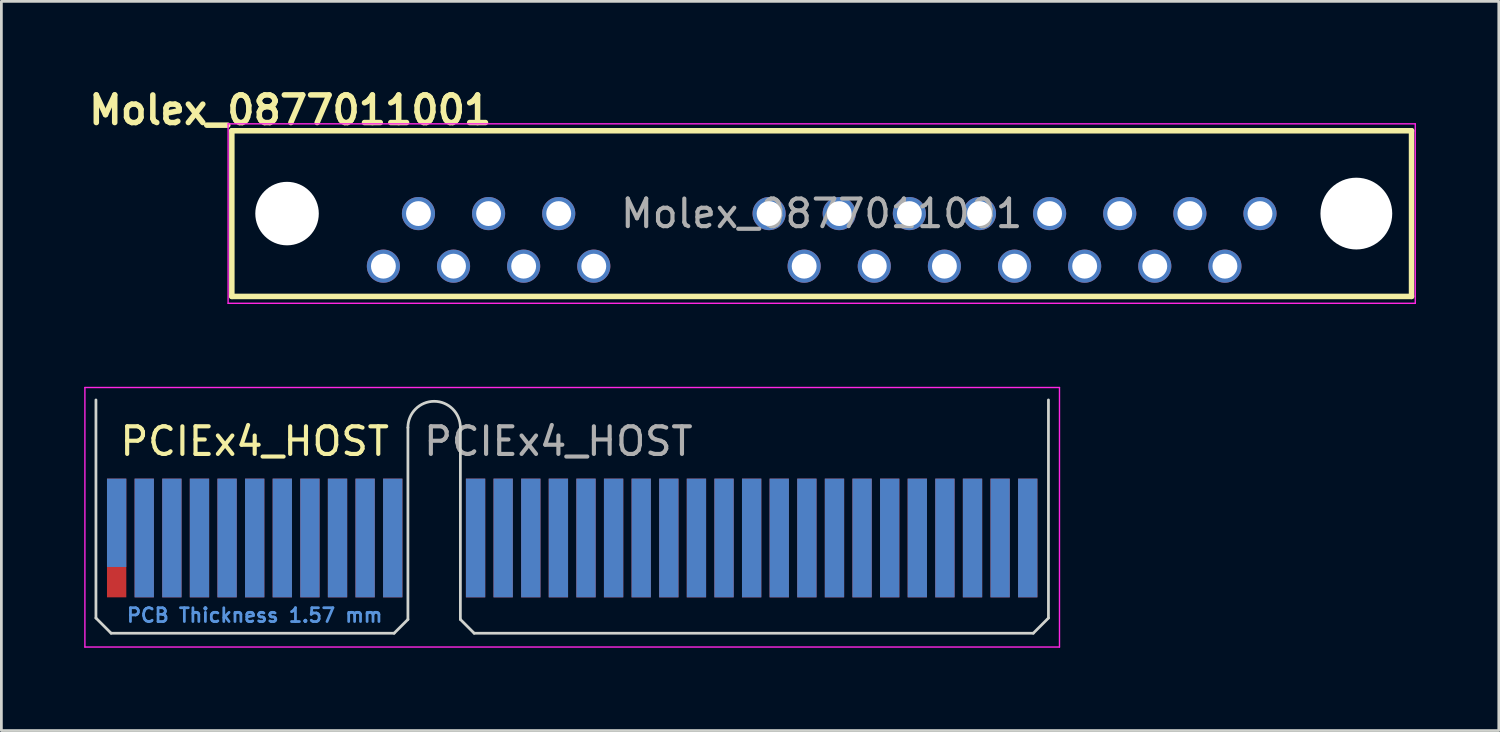
<source format=kicad_pcb>
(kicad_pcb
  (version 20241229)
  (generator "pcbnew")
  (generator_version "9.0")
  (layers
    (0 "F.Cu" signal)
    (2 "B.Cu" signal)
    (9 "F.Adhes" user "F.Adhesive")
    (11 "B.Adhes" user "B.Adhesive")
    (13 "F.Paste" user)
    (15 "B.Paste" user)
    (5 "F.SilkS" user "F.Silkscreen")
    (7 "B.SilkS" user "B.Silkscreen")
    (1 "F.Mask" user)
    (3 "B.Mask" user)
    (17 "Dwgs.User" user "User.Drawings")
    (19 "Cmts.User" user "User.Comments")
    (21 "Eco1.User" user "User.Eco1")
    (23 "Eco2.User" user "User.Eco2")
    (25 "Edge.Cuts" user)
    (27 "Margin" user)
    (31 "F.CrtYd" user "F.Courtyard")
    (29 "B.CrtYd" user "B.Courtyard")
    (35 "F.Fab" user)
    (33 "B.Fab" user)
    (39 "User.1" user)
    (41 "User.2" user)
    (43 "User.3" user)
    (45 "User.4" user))
  (footprint "PCIEx4_HOST"
    (layer "F.Cu")
    (at 1.175 16.436)
    (property "Reference" "PCIEx4_HOST" (at 5 -3.5 0) (layer "F.SilkS") (effects (font (size 1 1) (thickness 0.15))))
    (attr exclude_from_pos_files exclude_from_bom)
    (fp_line (start -0.75 -5) (end -0.75 2.9) (stroke (width 0.1) (type solid)) (layer "Edge.Cuts"))
    (fp_line (start -0.75 2.9) (end -0.202 3.448) (stroke (width 0.1) (type solid)) (layer "Edge.Cuts"))
    (fp_line (start -0.2 3.45) (end 10.05 3.45) (stroke (width 0.1) (type solid)) (layer "Edge.Cuts"))
    (fp_line (start 10.55 -4) (end 10.55 2.95) (stroke (width 0.1) (type solid)) (layer "Edge.Cuts"))
    (fp_line (start 10.55 2.95) (end 10.05 3.45) (stroke (width 0.1) (type solid)) (layer "Edge.Cuts"))
    (fp_line (start 12.45 -4) (end 12.45 2.95) (stroke (width 0.1) (type solid)) (layer "Edge.Cuts"))
    (fp_line (start 12.45 2.95) (end 12.95 3.45) (stroke (width 0.1) (type solid)) (layer "Edge.Cuts"))
    (fp_line (start 12.95 3.45) (end 33.2 3.45) (stroke (width 0.1) (type solid)) (layer "Edge.Cuts"))
    (fp_line (start 33.75 -5) (end 33.75 2.9) (stroke (width 0.1) (type solid)) (layer "Edge.Cuts"))
    (fp_line (start 33.75 2.9) (end 33.202 3.448) (stroke (width 0.1) (type solid)) (layer "Edge.Cuts"))
    (fp_arc (start 10.55 -4) (mid 11.5 -4.95) (end 12.45 -4) (stroke (width 0.1) (type solid)) (layer "Edge.Cuts"))
    (fp_line (start -1.15 -5.45) (end -1.15 3.95) (stroke (width 0.05) (type solid)) (layer "F.CrtYd"))
    (fp_line (start -1.15 -5.45) (end 34.15 -5.45) (stroke (width 0.05) (type solid)) (layer "F.CrtYd"))
    (fp_line (start 34.15 3.95) (end -1.15 3.95) (stroke (width 0.05) (type solid)) (layer "F.CrtYd"))
    (fp_line (start 34.15 3.95) (end 34.15 -5.45) (stroke (width 0.05) (type solid)) (layer "F.CrtYd"))
    (fp_text user "PCB Thickness 1.57 mm" (at 5 2.8 180) (layer "Cmts.User") (effects (font (size 0.5 0.5) (thickness 0.1))))
    (fp_text user "${REFERENCE}" (at 16 -3.5 0) (layer "F.Fab") (effects (font (size 1 1) (thickness 0.15))))
    (pad "A1" connect rect (at 0 -0.55) (size 0.7 3.2) (layers "B.Cu" "B.Mask"))
    (pad "A2" connect rect (at 1 0) (size 0.7 4.3) (layers "B.Cu" "B.Mask"))
    (pad "A3" connect rect (at 2 0) (size 0.7 4.3) (layers "B.Cu" "B.Mask"))
    (pad "A4" connect rect (at 3 0) (size 0.7 4.3) (layers "B.Cu" "B.Mask"))
    (pad "A5" connect rect (at 4 0) (size 0.7 4.3) (layers "B.Cu" "B.Mask"))
    (pad "A6" connect rect (at 5 0) (size 0.7 4.3) (layers "B.Cu" "B.Mask"))
    (pad "A7" connect rect (at 6 0) (size 0.7 4.3) (layers "B.Cu" "B.Mask"))
    (pad "A8" connect rect (at 7 0) (size 0.7 4.3) (layers "B.Cu" "B.Mask"))
    (pad "A9" connect rect (at 8 0) (size 0.7 4.3) (layers "B.Cu" "B.Mask"))
    (pad "A10" connect rect (at 9 0) (size 0.7 4.3) (layers "B.Cu" "B.Mask"))
    (pad "A11" connect rect (at 10 0) (size 0.7 4.3) (layers "B.Cu" "B.Mask"))
    (pad "A12" connect rect (at 13 0) (size 0.7 4.3) (layers "B.Cu" "B.Mask"))
    (pad "A13" connect rect (at 14 0) (size 0.7 4.3) (layers "B.Cu" "B.Mask"))
    (pad "A14" connect rect (at 15 0) (size 0.7 4.3) (layers "B.Cu" "B.Mask"))
    (pad "A15" connect rect (at 16 0) (size 0.7 4.3) (layers "B.Cu" "B.Mask"))
    (pad "A16" connect rect (at 17 0) (size 0.7 4.3) (layers "B.Cu" "B.Mask"))
    (pad "A17" connect rect (at 18 0) (size 0.7 4.3) (layers "B.Cu" "B.Mask"))
    (pad "A18" connect rect (at 19 0) (size 0.7 4.3) (layers "B.Cu" "B.Mask"))
    (pad "A19" connect rect (at 20 0) (size 0.7 4.3) (layers "B.Cu" "B.Mask"))
    (pad "A20" connect rect (at 21 0) (size 0.7 4.3) (layers "B.Cu" "B.Mask"))
    (pad "A21" connect rect (at 22 0) (size 0.7 4.3) (layers "B.Cu" "B.Mask"))
    (pad "A22" connect rect (at 23 0) (size 0.7 4.3) (layers "B.Cu" "B.Mask"))
    (pad "A23" connect rect (at 24 0) (size 0.7 4.3) (layers "B.Cu" "B.Mask"))
    (pad "A24" connect rect (at 25 0) (size 0.7 4.3) (layers "B.Cu" "B.Mask"))
    (pad "A25" connect rect (at 26 0) (size 0.7 4.3) (layers "B.Cu" "B.Mask"))
    (pad "A26" connect rect (at 27 0) (size 0.7 4.3) (layers "B.Cu" "B.Mask"))
    (pad "A27" connect rect (at 28 0) (size 0.7 4.3) (layers "B.Cu" "B.Mask"))
    (pad "A28" connect rect (at 29 0) (size 0.7 4.3) (layers "B.Cu" "B.Mask"))
    (pad "A29" connect rect (at 30 0) (size 0.7 4.3) (layers "B.Cu" "B.Mask"))
    (pad "A30" connect rect (at 31 0) (size 0.7 4.3) (layers "B.Cu" "B.Mask"))
    (pad "A31" connect rect (at 32 0) (size 0.7 4.3) (layers "B.Cu" "B.Mask"))
    (pad "A32" connect rect (at 33 0) (size 0.7 4.3) (layers "B.Cu" "B.Mask"))
    (pad "B1" connect rect (at 0 0) (size 0.7 4.3) (layers "F.Cu" "F.Mask"))
    (pad "B2" connect rect (at 1 0) (size 0.7 4.3) (layers "F.Cu" "F.Mask"))
    (pad "B3" connect rect (at 2 0) (size 0.7 4.3) (layers "F.Cu" "F.Mask"))
    (pad "B4" connect rect (at 3 0) (size 0.7 4.3) (layers "F.Cu" "F.Mask"))
    (pad "B5" connect rect (at 4 0) (size 0.7 4.3) (layers "F.Cu" "F.Mask"))
    (pad "B6" connect rect (at 5 0) (size 0.7 4.3) (layers "F.Cu" "F.Mask"))
    (pad "B7" connect rect (at 6 0) (size 0.7 4.3) (layers "F.Cu" "F.Mask"))
    (pad "B8" connect rect (at 7 0) (size 0.7 4.3) (layers "F.Cu" "F.Mask"))
    (pad "B9" connect rect (at 8 0) (size 0.7 4.3) (layers "F.Cu" "F.Mask"))
    (pad "B10" connect rect (at 9 0) (size 0.7 4.3) (layers "F.Cu" "F.Mask"))
    (pad "B11" connect rect (at 10 0) (size 0.7 4.3) (layers "F.Cu" "F.Mask"))
    (pad "B12" connect rect (at 13 0) (size 0.7 4.3) (layers "F.Cu" "F.Mask"))
    (pad "B13" connect rect (at 14 0) (size 0.7 4.3) (layers "F.Cu" "F.Mask"))
    (pad "B14" connect rect (at 15 0) (size 0.7 4.3) (layers "F.Cu" "F.Mask"))
    (pad "B15" connect rect (at 16 0) (size 0.7 4.3) (layers "F.Cu" "F.Mask"))
    (pad "B16" connect rect (at 17 0) (size 0.7 4.3) (layers "F.Cu" "F.Mask"))
    (pad "B17" connect rect (at 18 0) (size 0.7 4.3) (layers "F.Cu" "F.Mask"))
    (pad "B18" connect rect (at 19 0) (size 0.7 4.3) (layers "F.Cu" "F.Mask"))
    (pad "B19" connect rect (at 20 0) (size 0.7 4.3) (layers "F.Cu" "F.Mask"))
    (pad "B20" connect rect (at 21 0) (size 0.7 4.3) (layers "F.Cu" "F.Mask"))
    (pad "B21" connect rect (at 22 0) (size 0.7 4.3) (layers "F.Cu" "F.Mask"))
    (pad "B22" connect rect (at 23 0) (size 0.7 4.3) (layers "F.Cu" "F.Mask"))
    (pad "B23" connect rect (at 24 0) (size 0.7 4.3) (layers "F.Cu" "F.Mask"))
    (pad "B24" connect rect (at 25 0) (size 0.7 4.3) (layers "F.Cu" "F.Mask"))
    (pad "B25" connect rect (at 26 0) (size 0.7 4.3) (layers "F.Cu" "F.Mask"))
    (pad "B26" connect rect (at 27 0) (size 0.7 4.3) (layers "F.Cu" "F.Mask"))
    (pad "B27" connect rect (at 28 0) (size 0.7 4.3) (layers "F.Cu" "F.Mask"))
    (pad "B28" connect rect (at 29 0) (size 0.7 4.3) (layers "F.Cu" "F.Mask"))
    (pad "B29" connect rect (at 30 0) (size 0.7 4.3) (layers "F.Cu" "F.Mask"))
    (pad "B30" connect rect (at 31 0) (size 0.7 4.3) (layers "F.Cu" "F.Mask"))
    (pad "B31" connect rect (at 32 0) (size 0.7 4.3) (layers "F.Cu" "F.Mask"))
    (pad "B32" connect rect (at 33 0) (size 0.7 4.3) (layers "F.Cu" "F.Mask")))
  (footprint "Molex_0877011001"
    (layer "F.Cu")
    (at 26.712 4.686)
    (property "Reference" "Molex_0877011001" (at -19.25 -3.75 0) (unlocked yes) (layer "F.SilkS") (effects (font (size 1 1) (thickness 0.2) (bold yes))))
    (attr through_hole)
    (fp_line (start -21.365 -3) (end -21.365 3) (stroke (width 0.2) (type default)) (layer "F.SilkS"))
    (fp_line (start -21.365 -3) (end 21.365 -3) (stroke (width 0.2) (type default)) (layer "F.SilkS"))
    (fp_line (start -21.365 3) (end 21.365 3) (stroke (width 0.2) (type default)) (layer "F.SilkS"))
    (fp_line (start 21.365 -3) (end 21.365 3) (stroke (width 0.2) (type default)) (layer "F.SilkS"))
    (fp_line (start -21.5 -3.25) (end -21.5 3.25) (stroke (width 0.05) (type default)) (layer "F.CrtYd"))
    (fp_line (start -21.5 -3.25) (end 21.5 -3.25) (stroke (width 0.05) (type default)) (layer "F.CrtYd"))
    (fp_line (start -21.5 3.25) (end 21.5 3.25) (stroke (width 0.05) (type default)) (layer "F.CrtYd"))
    (fp_line (start 21.5 -3.25) (end 21.5 3.25) (stroke (width 0.05) (type default)) (layer "F.CrtYd"))
    (fp_text user "${REFERENCE}" (at 0 0 0) (unlocked yes) (layer "F.Fab") (effects (font (size 1 1) (thickness 0.15))))
    (pad "" np_thru_hole circle (at -19.365 0) (size 2.3 2.3) (drill 2.3) (layers "*.Cu" "*.Mask"))
    (pad "" np_thru_hole circle (at 19.365 0) (size 2.6 2.6) (drill 2.6) (layers "*.Cu" "*.Mask"))
    (pad "P1" thru_hole circle (at -1.905 0) (size 1.2 1.2) (drill 0.9) (layers "*.Cu" "*.Mask"))
    (pad "P2" thru_hole circle (at -0.635 1.905) (size 1.2 1.2) (drill 0.9) (layers "*.Cu" "*.Mask"))
    (pad "P3" thru_hole circle (at 0.635 0) (size 1.2 1.2) (drill 0.9) (layers "*.Cu" "*.Mask"))
    (pad "P4" thru_hole circle (at 1.905 1.905) (size 1.2 1.2) (drill 0.9) (layers "*.Cu" "*.Mask"))
    (pad "P5" thru_hole circle (at 3.175 0) (size 1.2 1.2) (drill 0.9) (layers "*.Cu" "*.Mask"))
    (pad "P6" thru_hole circle (at 4.445 1.905) (size 1.2 1.2) (drill 0.9) (layers "*.Cu" "*.Mask"))
    (pad "P7" thru_hole circle (at 5.715 0) (size 1.2 1.2) (drill 0.9) (layers "*.Cu" "*.Mask"))
    (pad "P8" thru_hole circle (at 6.985 1.905) (size 1.2 1.2) (drill 0.9) (layers "*.Cu" "*.Mask"))
    (pad "P9" thru_hole circle (at 8.255 0) (size 1.2 1.2) (drill 0.9) (layers "*.Cu" "*.Mask"))
    (pad "P10" thru_hole circle (at 9.525 1.905) (size 1.2 1.2) (drill 0.9) (layers "*.Cu" "*.Mask"))
    (pad "P11" thru_hole circle (at 10.795 0) (size 1.2 1.2) (drill 0.9) (layers "*.Cu" "*.Mask"))
    (pad "P12" thru_hole circle (at 12.065 1.905) (size 1.2 1.2) (drill 0.9) (layers "*.Cu" "*.Mask"))
    (pad "P13" thru_hole circle (at 13.335 0) (size 1.2 1.2) (drill 0.9) (layers "*.Cu" "*.Mask"))
    (pad "P14" thru_hole circle (at 14.605 1.905) (size 1.2 1.2) (drill 0.9) (layers "*.Cu" "*.Mask"))
    (pad "P15" thru_hole circle (at 15.875 0) (size 1.2 1.2) (drill 0.9) (layers "*.Cu" "*.Mask"))
    (pad "S1" thru_hole circle (at -15.875 1.905) (size 1.2 1.2) (drill 0.9) (layers "*.Cu" "*.Mask"))
    (pad "S2" thru_hole circle (at -14.605 0) (size 1.2 1.2) (drill 0.9) (layers "*.Cu" "*.Mask"))
    (pad "S3" thru_hole circle (at -13.335 1.905) (size 1.2 1.2) (drill 0.9) (layers "*.Cu" "*.Mask"))
    (pad "S4" thru_hole circle (at -12.065 0) (size 1.2 1.2) (drill 0.9) (layers "*.Cu" "*.Mask"))
    (pad "S5" thru_hole circle (at -10.795 1.905) (size 1.2 1.2) (drill 0.9) (layers "*.Cu" "*.Mask"))
    (pad "S6" thru_hole circle (at -9.525 0) (size 1.2 1.2) (drill 0.9) (layers "*.Cu" "*.Mask"))
    (pad "S7" thru_hole circle (at -8.255 1.905) (size 1.2 1.2) (drill 0.9) (layers "*.Cu" "*.Mask")))
  (gr_rect
    (start -3 -3)
    (end 51.237 23.411)
    (stroke (width 0.1) (type default))
    (fill no)
    (layer "Edge.Cuts")))
</source>
